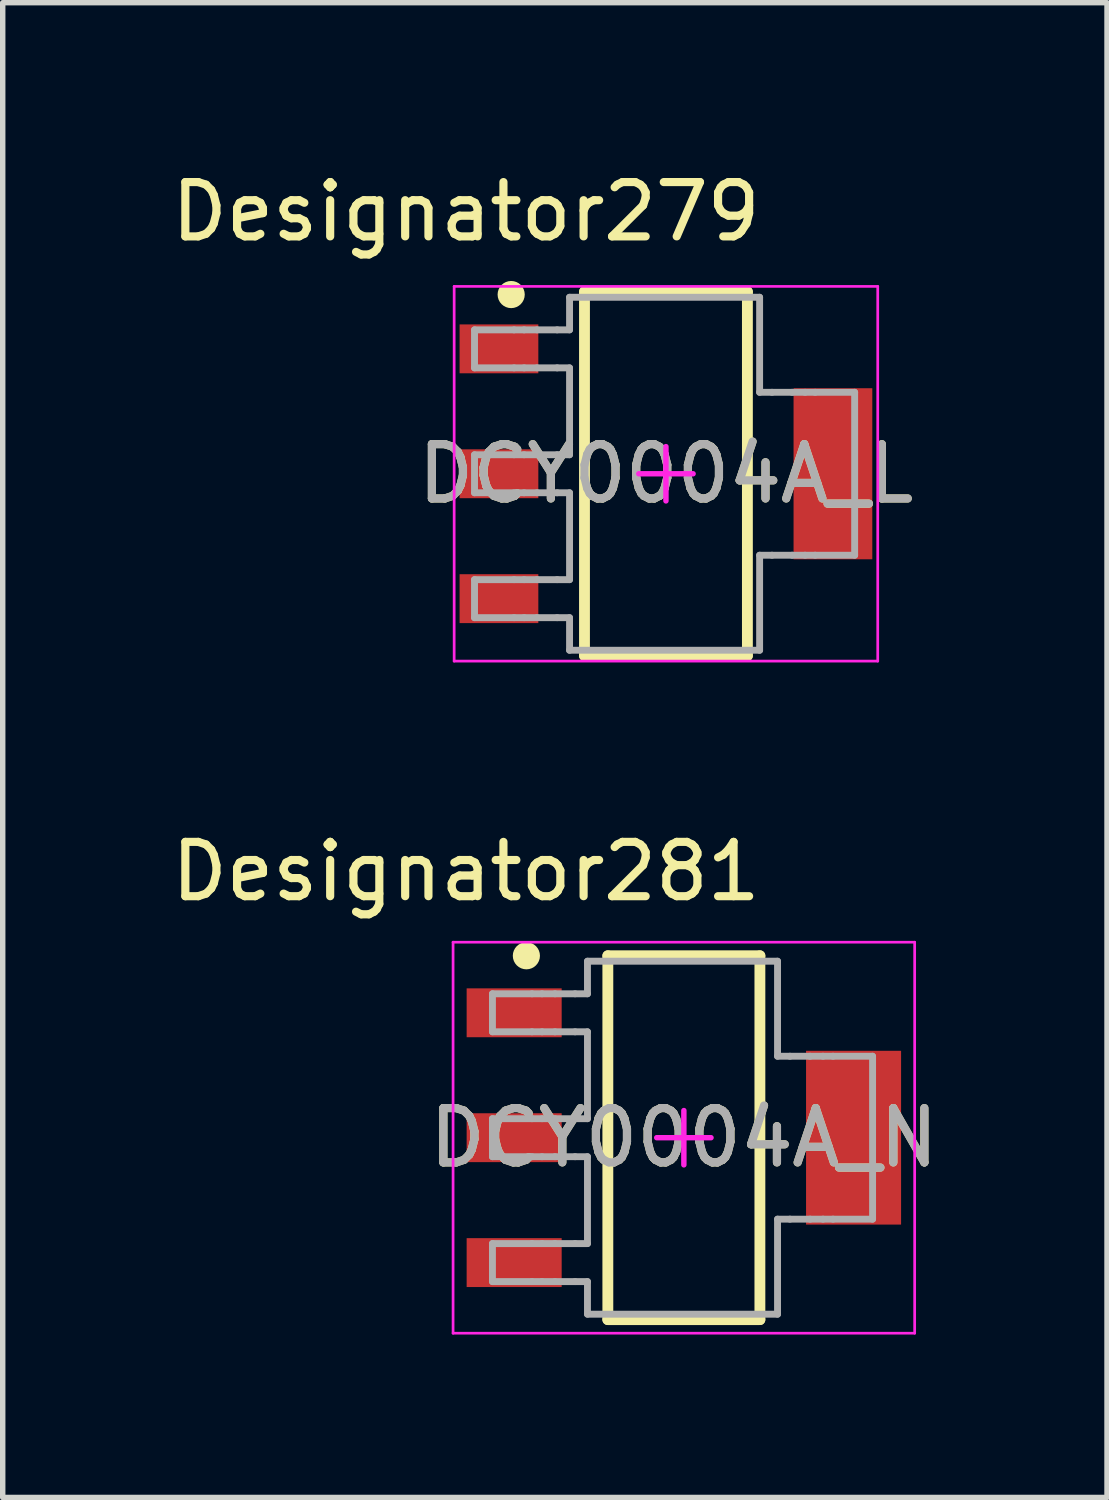
<source format=kicad_pcb>
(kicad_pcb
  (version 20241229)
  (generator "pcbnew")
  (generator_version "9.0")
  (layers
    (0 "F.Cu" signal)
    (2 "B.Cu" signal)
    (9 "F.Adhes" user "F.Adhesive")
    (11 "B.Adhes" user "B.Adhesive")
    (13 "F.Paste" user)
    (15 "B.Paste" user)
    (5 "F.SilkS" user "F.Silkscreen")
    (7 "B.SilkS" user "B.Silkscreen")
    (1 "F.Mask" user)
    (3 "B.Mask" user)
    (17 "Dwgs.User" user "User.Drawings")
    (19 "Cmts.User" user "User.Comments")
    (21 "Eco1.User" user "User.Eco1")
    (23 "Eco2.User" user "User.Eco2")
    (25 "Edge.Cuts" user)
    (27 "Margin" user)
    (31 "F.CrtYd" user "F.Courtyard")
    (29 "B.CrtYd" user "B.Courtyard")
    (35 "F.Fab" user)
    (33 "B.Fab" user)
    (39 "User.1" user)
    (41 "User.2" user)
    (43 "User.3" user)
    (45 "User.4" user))
  (footprint "DCY0004A_N"
    (layer "F.Cu")
    (at 9.543 17.9)
    (property "Reference" "DCY0004A_N" (at 0 0 0) (unlocked yes) (layer "F.SilkS") (effects (font (size 1 1) (thickness 0.15))))
    (attr smd)
    (fp_line (start -1.4 -3.35) (end 1.4 -3.35) (stroke (width 0.2) (type solid)) (layer "F.SilkS"))
    (fp_line (start -1.4 3.35) (end -1.4 -3.35) (stroke (width 0.2) (type solid)) (layer "F.SilkS"))
    (fp_line (start -1.4 3.35) (end 1.4 3.35) (stroke (width 0.2) (type solid)) (layer "F.SilkS"))
    (fp_line (start 1.4 3.35) (end 1.4 -3.35) (stroke (width 0.2) (type solid)) (layer "F.SilkS"))
    (fp_circle (center -2.9 -3.35) (end -2.775 -3.35) (stroke (width 0.25) (type solid)) (fill no) (layer "F.SilkS"))
    (fp_line (start -4.25 -3.6) (end 4.25 -3.6) (stroke (width 0.05) (type solid)) (layer "F.CrtYd"))
    (fp_line (start -4.25 3.6) (end -4.25 -3.6) (stroke (width 0.05) (type solid)) (layer "F.CrtYd"))
    (fp_line (start -4.25 3.6) (end 4.25 3.6) (stroke (width 0.05) (type solid)) (layer "F.CrtYd"))
    (fp_line (start -0.5 0) (end 0.5 0) (stroke (width 0.1) (type solid)) (layer "F.CrtYd"))
    (fp_line (start 0 0.5) (end 0 -0.5) (stroke (width 0.1) (type solid)) (layer "F.CrtYd"))
    (fp_line (start 4.25 3.6) (end 4.25 -3.6) (stroke (width 0.05) (type solid)) (layer "F.CrtYd"))
    (fp_line (start -3.525 -2.65) (end -2.797 -2.65) (stroke (width 0.127) (type solid)) (layer "F.Fab"))
    (fp_line (start -3.525 -1.95) (end -3.525 -2.65) (stroke (width 0.127) (type solid)) (layer "F.Fab"))
    (fp_line (start -3.525 -1.95) (end -2.797 -1.95) (stroke (width 0.127) (type solid)) (layer "F.Fab"))
    (fp_line (start -3.525 -0.35) (end -2.797 -0.35) (stroke (width 0.127) (type solid)) (layer "F.Fab"))
    (fp_line (start -3.525 0.35) (end -3.525 -0.35) (stroke (width 0.127) (type solid)) (layer "F.Fab"))
    (fp_line (start -3.525 0.35) (end -2.797 0.35) (stroke (width 0.127) (type solid)) (layer "F.Fab"))
    (fp_line (start -3.525 1.95) (end -2.797 1.95) (stroke (width 0.127) (type solid)) (layer "F.Fab"))
    (fp_line (start -3.525 2.65) (end -3.525 1.95) (stroke (width 0.127) (type solid)) (layer "F.Fab"))
    (fp_line (start -3.525 2.65) (end -2.797 2.65) (stroke (width 0.127) (type solid)) (layer "F.Fab"))
    (fp_line (start -2.797 -2.65) (end -2.612 -2.65) (stroke (width 0.127) (type solid)) (layer "F.Fab"))
    (fp_line (start -2.797 -1.95) (end -2.612 -1.95) (stroke (width 0.127) (type solid)) (layer "F.Fab"))
    (fp_line (start -2.797 -0.35) (end -2.612 -0.35) (stroke (width 0.127) (type solid)) (layer "F.Fab"))
    (fp_line (start -2.797 0.35) (end -2.612 0.35) (stroke (width 0.127) (type solid)) (layer "F.Fab"))
    (fp_line (start -2.797 1.95) (end -2.612 1.95) (stroke (width 0.127) (type solid)) (layer "F.Fab"))
    (fp_line (start -2.797 2.65) (end -2.612 2.65) (stroke (width 0.127) (type solid)) (layer "F.Fab"))
    (fp_line (start -2.612 -2.65) (end -2.374 -2.65) (stroke (width 0.127) (type solid)) (layer "F.Fab"))
    (fp_line (start -2.612 -1.95) (end -2.374 -1.95) (stroke (width 0.127) (type solid)) (layer "F.Fab"))
    (fp_line (start -2.612 -0.35) (end -2.374 -0.35) (stroke (width 0.127) (type solid)) (layer "F.Fab"))
    (fp_line (start -2.612 0.35) (end -2.374 0.35) (stroke (width 0.127) (type solid)) (layer "F.Fab"))
    (fp_line (start -2.612 1.95) (end -2.374 1.95) (stroke (width 0.127) (type solid)) (layer "F.Fab"))
    (fp_line (start -2.612 2.65) (end -2.374 2.65) (stroke (width 0.127) (type solid)) (layer "F.Fab"))
    (fp_line (start -2.374 -2.65) (end -2.003 -2.65) (stroke (width 0.127) (type solid)) (layer "F.Fab"))
    (fp_line (start -2.374 -1.95) (end -2.003 -1.95) (stroke (width 0.127) (type solid)) (layer "F.Fab"))
    (fp_line (start -2.374 -0.35) (end -2.003 -0.35) (stroke (width 0.127) (type solid)) (layer "F.Fab"))
    (fp_line (start -2.374 0.35) (end -2.003 0.35) (stroke (width 0.127) (type solid)) (layer "F.Fab"))
    (fp_line (start -2.374 1.95) (end -2.003 1.95) (stroke (width 0.127) (type solid)) (layer "F.Fab"))
    (fp_line (start -2.374 2.65) (end -2.003 2.65) (stroke (width 0.127) (type solid)) (layer "F.Fab"))
    (fp_line (start -2.003 -2.65) (end -1.775 -2.65) (stroke (width 0.127) (type solid)) (layer "F.Fab"))
    (fp_line (start -2.003 -1.95) (end -1.775 -1.95) (stroke (width 0.127) (type solid)) (layer "F.Fab"))
    (fp_line (start -2.003 -0.35) (end -1.775 -0.35) (stroke (width 0.127) (type solid)) (layer "F.Fab"))
    (fp_line (start -2.003 0.35) (end -1.775 0.35) (stroke (width 0.127) (type solid)) (layer "F.Fab"))
    (fp_line (start -2.003 1.95) (end -1.775 1.95) (stroke (width 0.127) (type solid)) (layer "F.Fab"))
    (fp_line (start -2.003 2.65) (end -1.775 2.65) (stroke (width 0.127) (type solid)) (layer "F.Fab"))
    (fp_line (start -1.775 -3.25) (end 1.725 -3.25) (stroke (width 0.127) (type solid)) (layer "F.Fab"))
    (fp_line (start -1.775 -2.65) (end -1.775 -3.25) (stroke (width 0.127) (type solid)) (layer "F.Fab"))
    (fp_line (start -1.775 -0.35) (end -1.775 -1.95) (stroke (width 0.127) (type solid)) (layer "F.Fab"))
    (fp_line (start -1.775 1.95) (end -1.775 0.35) (stroke (width 0.127) (type solid)) (layer "F.Fab"))
    (fp_line (start -1.775 3.25) (end -1.775 2.65) (stroke (width 0.127) (type solid)) (layer "F.Fab"))
    (fp_line (start -1.775 3.25) (end 1.725 3.25) (stroke (width 0.127) (type solid)) (layer "F.Fab"))
    (fp_line (start 1.725 -1.5) (end 1.725 -3.25) (stroke (width 0.127) (type solid)) (layer "F.Fab"))
    (fp_line (start 1.725 -1.5) (end 1.953 -1.5) (stroke (width 0.127) (type solid)) (layer "F.Fab"))
    (fp_line (start 1.725 1.5) (end 1.953 1.5) (stroke (width 0.127) (type solid)) (layer "F.Fab"))
    (fp_line (start 1.725 3.25) (end 1.725 1.5) (stroke (width 0.127) (type solid)) (layer "F.Fab"))
    (fp_line (start 1.953 -1.5) (end 2.324 -1.5) (stroke (width 0.127) (type solid)) (layer "F.Fab"))
    (fp_line (start 1.953 1.5) (end 2.324 1.5) (stroke (width 0.127) (type solid)) (layer "F.Fab"))
    (fp_line (start 2.324 -1.5) (end 2.562 -1.5) (stroke (width 0.127) (type solid)) (layer "F.Fab"))
    (fp_line (start 2.324 1.5) (end 2.562 1.5) (stroke (width 0.127) (type solid)) (layer "F.Fab"))
    (fp_line (start 2.562 -1.5) (end 2.747 -1.5) (stroke (width 0.127) (type solid)) (layer "F.Fab"))
    (fp_line (start 2.562 1.5) (end 2.747 1.5) (stroke (width 0.127) (type solid)) (layer "F.Fab"))
    (fp_line (start 2.747 -1.5) (end 3.475 -1.5) (stroke (width 0.127) (type solid)) (layer "F.Fab"))
    (fp_line (start 2.747 1.5) (end 3.475 1.5) (stroke (width 0.127) (type solid)) (layer "F.Fab"))
    (fp_line (start 3.475 1.5) (end 3.475 -1.5) (stroke (width 0.127) (type solid)) (layer "F.Fab"))
    (fp_text user "Designator281" (at -4.013 -4.902 0) (unlocked yes) (layer "F.SilkS") (effects (font (size 1 1) (thickness 0.15))))
    (fp_text user "${REFERENCE}" (at 0 0 0) (unlocked yes) (layer "F.Fab") (effects (font (size 1 1) (thickness 0.15))))
    (pad "1" smd rect (at -3.125 -2.3 90) (size 0.9 1.75) (layers "F.Cu" "F.Mask" "F.Paste"))
    (pad "2" smd rect (at -3.125 0 90) (size 0.9 1.75) (layers "F.Cu" "F.Mask" "F.Paste"))
    (pad "3" smd rect (at -3.125 2.3 90) (size 0.9 1.75) (layers "F.Cu" "F.Mask" "F.Paste"))
    (pad "4" smd rect (at 3.125 0 90) (size 3.2 1.75) (layers "F.Cu" "F.Mask" "F.Paste")))
  (footprint "DCY0004A_L"
    (layer "F.Cu")
    (at 9.213 5.674)
    (property "Reference" "DCY0004A_L" (at 0 0 0) (unlocked yes) (layer "F.SilkS") (effects (font (size 1 1) (thickness 0.15))))
    (attr smd)
    (fp_line (start -1.5 -3.35) (end 1.5 -3.35) (stroke (width 0.2) (type solid)) (layer "F.SilkS"))
    (fp_line (start -1.5 3.35) (end -1.5 -3.35) (stroke (width 0.2) (type solid)) (layer "F.SilkS"))
    (fp_line (start -1.5 3.35) (end 1.5 3.35) (stroke (width 0.2) (type solid)) (layer "F.SilkS"))
    (fp_line (start 1.5 3.35) (end 1.5 -3.35) (stroke (width 0.2) (type solid)) (layer "F.SilkS"))
    (fp_circle (center -2.85 -3.3) (end -2.725 -3.3) (stroke (width 0.25) (type solid)) (fill no) (layer "F.SilkS"))
    (fp_line (start -3.9 -3.45) (end 3.9 -3.45) (stroke (width 0.05) (type solid)) (layer "F.CrtYd"))
    (fp_line (start -3.9 3.45) (end -3.9 -3.45) (stroke (width 0.05) (type solid)) (layer "F.CrtYd"))
    (fp_line (start -3.9 3.45) (end 3.9 3.45) (stroke (width 0.05) (type solid)) (layer "F.CrtYd"))
    (fp_line (start -0.5 0) (end 0.5 0) (stroke (width 0.1) (type solid)) (layer "F.CrtYd"))
    (fp_line (start 0 0.5) (end 0 -0.5) (stroke (width 0.1) (type solid)) (layer "F.CrtYd"))
    (fp_line (start 3.9 3.45) (end 3.9 -3.45) (stroke (width 0.05) (type solid)) (layer "F.CrtYd"))
    (fp_line (start -3.525 -2.65) (end -2.797 -2.65) (stroke (width 0.127) (type solid)) (layer "F.Fab"))
    (fp_line (start -3.525 -1.95) (end -3.525 -2.65) (stroke (width 0.127) (type solid)) (layer "F.Fab"))
    (fp_line (start -3.525 -1.95) (end -2.797 -1.95) (stroke (width 0.127) (type solid)) (layer "F.Fab"))
    (fp_line (start -3.525 -0.35) (end -2.797 -0.35) (stroke (width 0.127) (type solid)) (layer "F.Fab"))
    (fp_line (start -3.525 0.35) (end -3.525 -0.35) (stroke (width 0.127) (type solid)) (layer "F.Fab"))
    (fp_line (start -3.525 0.35) (end -2.797 0.35) (stroke (width 0.127) (type solid)) (layer "F.Fab"))
    (fp_line (start -3.525 1.95) (end -2.797 1.95) (stroke (width 0.127) (type solid)) (layer "F.Fab"))
    (fp_line (start -3.525 2.65) (end -3.525 1.95) (stroke (width 0.127) (type solid)) (layer "F.Fab"))
    (fp_line (start -3.525 2.65) (end -2.797 2.65) (stroke (width 0.127) (type solid)) (layer "F.Fab"))
    (fp_line (start -2.797 -2.65) (end -2.612 -2.65) (stroke (width 0.127) (type solid)) (layer "F.Fab"))
    (fp_line (start -2.797 -1.95) (end -2.612 -1.95) (stroke (width 0.127) (type solid)) (layer "F.Fab"))
    (fp_line (start -2.797 -0.35) (end -2.612 -0.35) (stroke (width 0.127) (type solid)) (layer "F.Fab"))
    (fp_line (start -2.797 0.35) (end -2.612 0.35) (stroke (width 0.127) (type solid)) (layer "F.Fab"))
    (fp_line (start -2.797 1.95) (end -2.612 1.95) (stroke (width 0.127) (type solid)) (layer "F.Fab"))
    (fp_line (start -2.797 2.65) (end -2.612 2.65) (stroke (width 0.127) (type solid)) (layer "F.Fab"))
    (fp_line (start -2.612 -2.65) (end -2.374 -2.65) (stroke (width 0.127) (type solid)) (layer "F.Fab"))
    (fp_line (start -2.612 -1.95) (end -2.374 -1.95) (stroke (width 0.127) (type solid)) (layer "F.Fab"))
    (fp_line (start -2.612 -0.35) (end -2.374 -0.35) (stroke (width 0.127) (type solid)) (layer "F.Fab"))
    (fp_line (start -2.612 0.35) (end -2.374 0.35) (stroke (width 0.127) (type solid)) (layer "F.Fab"))
    (fp_line (start -2.612 1.95) (end -2.374 1.95) (stroke (width 0.127) (type solid)) (layer "F.Fab"))
    (fp_line (start -2.612 2.65) (end -2.374 2.65) (stroke (width 0.127) (type solid)) (layer "F.Fab"))
    (fp_line (start -2.374 -2.65) (end -2.003 -2.65) (stroke (width 0.127) (type solid)) (layer "F.Fab"))
    (fp_line (start -2.374 -1.95) (end -2.003 -1.95) (stroke (width 0.127) (type solid)) (layer "F.Fab"))
    (fp_line (start -2.374 -0.35) (end -2.003 -0.35) (stroke (width 0.127) (type solid)) (layer "F.Fab"))
    (fp_line (start -2.374 0.35) (end -2.003 0.35) (stroke (width 0.127) (type solid)) (layer "F.Fab"))
    (fp_line (start -2.374 1.95) (end -2.003 1.95) (stroke (width 0.127) (type solid)) (layer "F.Fab"))
    (fp_line (start -2.374 2.65) (end -2.003 2.65) (stroke (width 0.127) (type solid)) (layer "F.Fab"))
    (fp_line (start -2.003 -2.65) (end -1.775 -2.65) (stroke (width 0.127) (type solid)) (layer "F.Fab"))
    (fp_line (start -2.003 -1.95) (end -1.775 -1.95) (stroke (width 0.127) (type solid)) (layer "F.Fab"))
    (fp_line (start -2.003 -0.35) (end -1.775 -0.35) (stroke (width 0.127) (type solid)) (layer "F.Fab"))
    (fp_line (start -2.003 0.35) (end -1.775 0.35) (stroke (width 0.127) (type solid)) (layer "F.Fab"))
    (fp_line (start -2.003 1.95) (end -1.775 1.95) (stroke (width 0.127) (type solid)) (layer "F.Fab"))
    (fp_line (start -2.003 2.65) (end -1.775 2.65) (stroke (width 0.127) (type solid)) (layer "F.Fab"))
    (fp_line (start -1.775 -3.25) (end 1.725 -3.25) (stroke (width 0.127) (type solid)) (layer "F.Fab"))
    (fp_line (start -1.775 -2.65) (end -1.775 -3.25) (stroke (width 0.127) (type solid)) (layer "F.Fab"))
    (fp_line (start -1.775 -0.35) (end -1.775 -1.95) (stroke (width 0.127) (type solid)) (layer "F.Fab"))
    (fp_line (start -1.775 1.95) (end -1.775 0.35) (stroke (width 0.127) (type solid)) (layer "F.Fab"))
    (fp_line (start -1.775 3.25) (end -1.775 2.65) (stroke (width 0.127) (type solid)) (layer "F.Fab"))
    (fp_line (start -1.775 3.25) (end 1.725 3.25) (stroke (width 0.127) (type solid)) (layer "F.Fab"))
    (fp_line (start 1.725 -1.5) (end 1.725 -3.25) (stroke (width 0.127) (type solid)) (layer "F.Fab"))
    (fp_line (start 1.725 -1.5) (end 1.953 -1.5) (stroke (width 0.127) (type solid)) (layer "F.Fab"))
    (fp_line (start 1.725 1.5) (end 1.953 1.5) (stroke (width 0.127) (type solid)) (layer "F.Fab"))
    (fp_line (start 1.725 3.25) (end 1.725 1.5) (stroke (width 0.127) (type solid)) (layer "F.Fab"))
    (fp_line (start 1.953 -1.5) (end 2.324 -1.5) (stroke (width 0.127) (type solid)) (layer "F.Fab"))
    (fp_line (start 1.953 1.5) (end 2.324 1.5) (stroke (width 0.127) (type solid)) (layer "F.Fab"))
    (fp_line (start 2.324 -1.5) (end 2.562 -1.5) (stroke (width 0.127) (type solid)) (layer "F.Fab"))
    (fp_line (start 2.324 1.5) (end 2.562 1.5) (stroke (width 0.127) (type solid)) (layer "F.Fab"))
    (fp_line (start 2.562 -1.5) (end 2.747 -1.5) (stroke (width 0.127) (type solid)) (layer "F.Fab"))
    (fp_line (start 2.562 1.5) (end 2.747 1.5) (stroke (width 0.127) (type solid)) (layer "F.Fab"))
    (fp_line (start 2.747 -1.5) (end 3.475 -1.5) (stroke (width 0.127) (type solid)) (layer "F.Fab"))
    (fp_line (start 2.747 1.5) (end 3.475 1.5) (stroke (width 0.127) (type solid)) (layer "F.Fab"))
    (fp_line (start 3.475 1.5) (end 3.475 -1.5) (stroke (width 0.127) (type solid)) (layer "F.Fab"))
    (fp_text user "Designator279" (at -3.683 -4.826 0) (unlocked yes) (layer "F.SilkS") (effects (font (size 1 1) (thickness 0.15))))
    (fp_text user "${REFERENCE}" (at 0 0 0) (unlocked yes) (layer "F.Fab") (effects (font (size 1 1) (thickness 0.15))))
    (pad "1" smd rect (at -3.075 -2.3 90) (size 0.9 1.45) (layers "F.Cu" "F.Mask" "F.Paste"))
    (pad "2" smd rect (at -3.075 0 90) (size 0.9 1.45) (layers "F.Cu" "F.Mask" "F.Paste"))
    (pad "3" smd rect (at -3.075 2.3 90) (size 0.9 1.45) (layers "F.Cu" "F.Mask" "F.Paste"))
    (pad "4" smd rect (at 3.075 0 90) (size 3.15 1.45) (layers "F.Cu" "F.Mask" "F.Paste")))
  (gr_rect
    (start -3 -3)
    (end 17.335 24.525)
    (stroke (width 0.1) (type default))
    (fill no)
    (layer "Edge.Cuts")))
</source>
